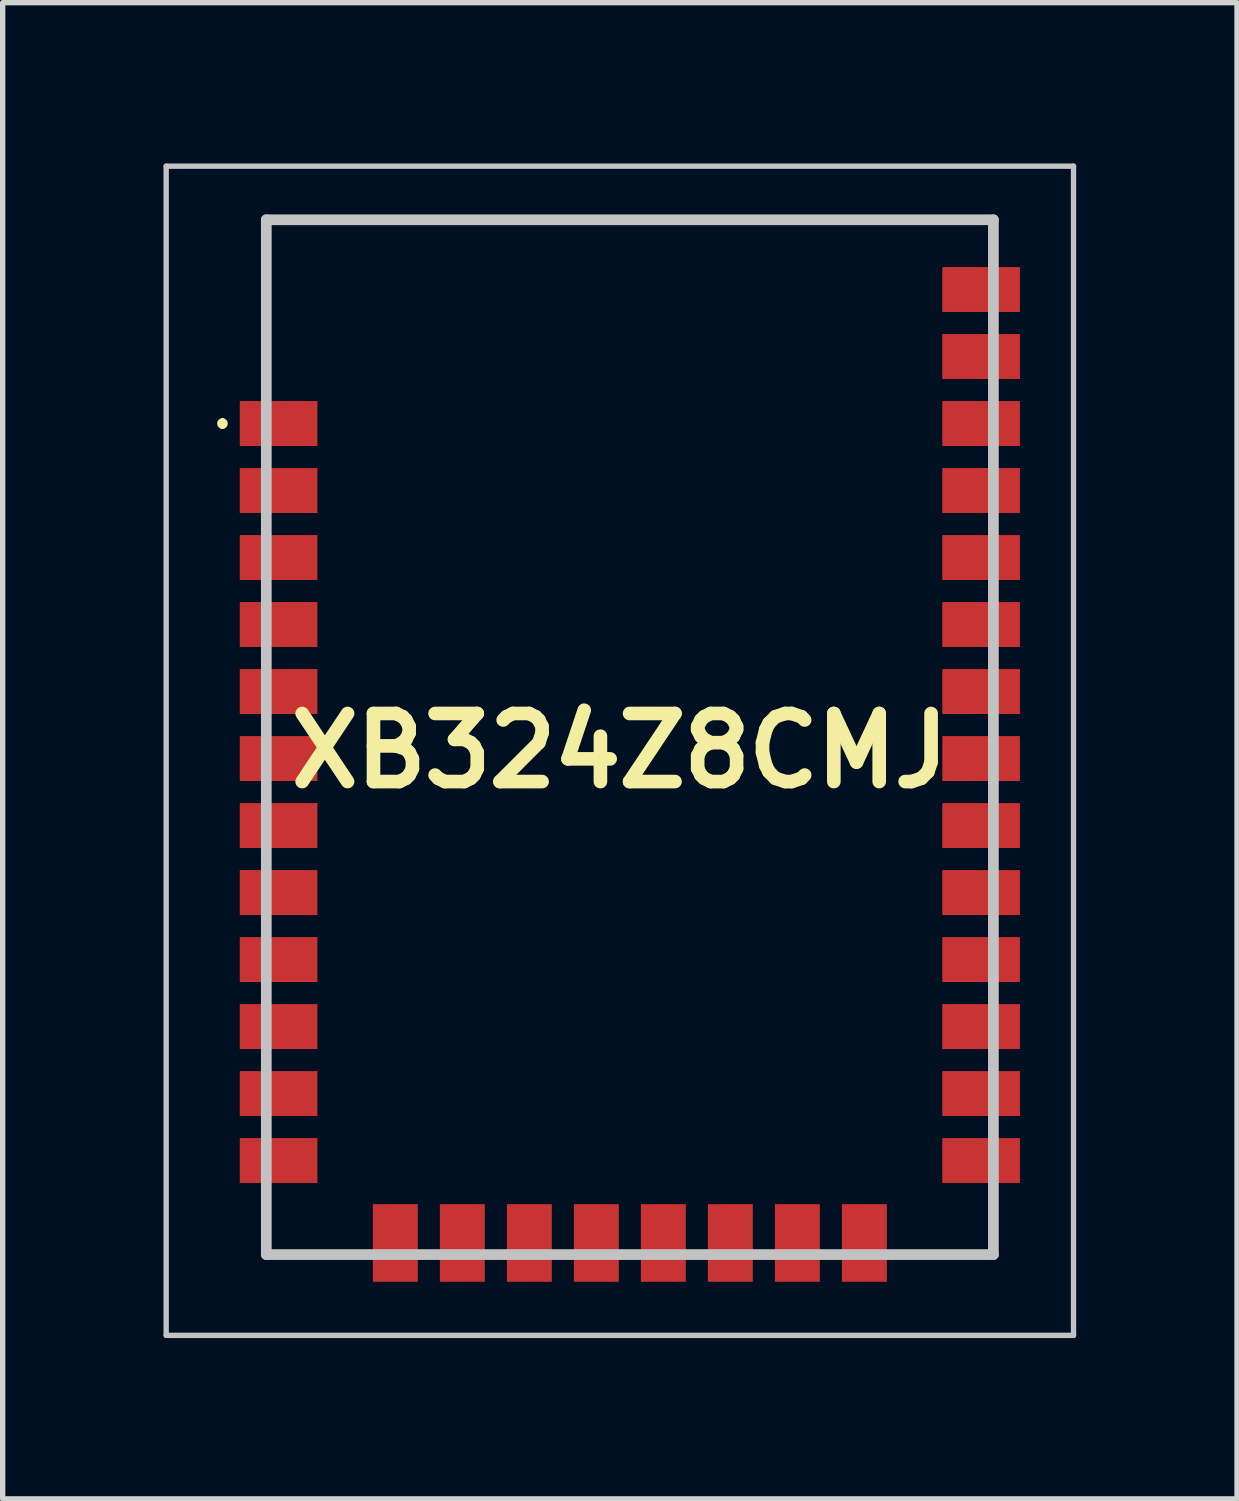
<source format=kicad_pcb>
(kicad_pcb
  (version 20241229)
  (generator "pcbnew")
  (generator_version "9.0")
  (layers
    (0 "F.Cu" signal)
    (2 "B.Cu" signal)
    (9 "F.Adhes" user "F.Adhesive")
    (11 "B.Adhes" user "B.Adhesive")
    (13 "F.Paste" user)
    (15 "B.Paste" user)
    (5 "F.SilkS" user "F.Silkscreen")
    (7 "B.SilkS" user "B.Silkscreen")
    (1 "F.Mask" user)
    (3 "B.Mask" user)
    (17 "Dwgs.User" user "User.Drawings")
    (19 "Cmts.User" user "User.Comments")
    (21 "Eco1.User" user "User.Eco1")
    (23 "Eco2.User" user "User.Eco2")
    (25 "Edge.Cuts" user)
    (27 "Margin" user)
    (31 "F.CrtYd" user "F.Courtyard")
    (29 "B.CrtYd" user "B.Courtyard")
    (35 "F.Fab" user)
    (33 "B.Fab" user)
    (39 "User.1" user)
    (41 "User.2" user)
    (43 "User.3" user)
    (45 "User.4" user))
  (footprint "XB324Z8CMJ"
    (layer "F.Cu")
    (at 8.7 18.601)
    (property "Reference" "XB324Z8CMJ" (at -0.186 -7.645 0) (layer "F.SilkS") (effects (font (size 1.27 1.27) (thickness 0.254))))
    (attr smd)
    (fp_line (start -7.6 -13.8) (end -7.6 -13.8) (stroke (width 0.1) (type solid)) (layer "F.SilkS"))
    (fp_line (start -7.6 -13.7) (end -7.6 -13.7) (stroke (width 0.1) (type solid)) (layer "F.SilkS"))
    (fp_line (start -6.782 -17.551) (end 6.782 -17.551) (stroke (width 0.1) (type solid)) (layer "F.SilkS"))
    (fp_line (start -6.782 -14.497) (end -6.782 -17.551) (stroke (width 0.1) (type solid)) (layer "F.SilkS"))
    (fp_line (start -6.782 1) (end -6.782 1.753) (stroke (width 0.1) (type solid)) (layer "F.SilkS"))
    (fp_line (start -6.782 1.753) (end -6 1.753) (stroke (width 0.1) (type solid)) (layer "F.SilkS"))
    (fp_line (start 6 1.753) (end 6.782 1.753) (stroke (width 0.1) (type solid)) (layer "F.SilkS"))
    (fp_line (start 6.782 -17.551) (end 6.782 -16.997) (stroke (width 0.1) (type solid)) (layer "F.SilkS"))
    (fp_line (start 6.782 1.753) (end 6.782 1) (stroke (width 0.1) (type solid)) (layer "F.SilkS"))
    (fp_arc (start -7.6 -13.8) (mid -7.55 -13.75) (end -7.6 -13.7) (stroke (width 0.1) (type solid)) (layer "F.SilkS"))
    (fp_arc (start -7.6 -13.7) (mid -7.65 -13.75) (end -7.6 -13.8) (stroke (width 0.1) (type solid)) (layer "F.SilkS"))
    (fp_line (start -8.65 -18.551) (end 8.277 -18.551) (stroke (width 0.1) (type solid)) (layer "Dwgs.User"))
    (fp_line (start -8.65 3.261) (end -8.65 -18.551) (stroke (width 0.1) (type solid)) (layer "Dwgs.User"))
    (fp_line (start -6.782 -17.551) (end 6.782 -17.551) (stroke (width 0.2) (type solid)) (layer "Dwgs.User"))
    (fp_line (start -6.782 1.753) (end -6.782 -17.551) (stroke (width 0.2) (type solid)) (layer "Dwgs.User"))
    (fp_line (start 6.782 -17.551) (end 6.782 1.753) (stroke (width 0.2) (type solid)) (layer "Dwgs.User"))
    (fp_line (start 6.782 1.753) (end -6.782 1.753) (stroke (width 0.2) (type solid)) (layer "Dwgs.User"))
    (fp_line (start 8.277 -18.551) (end 8.277 3.261) (stroke (width 0.1) (type solid)) (layer "Dwgs.User"))
    (fp_line (start 8.277 3.261) (end -8.65 3.261) (stroke (width 0.1) (type solid)) (layer "Dwgs.User"))
    (pad "1" smd rect (at -6.553 -13.75 90) (size 0.838 1.448) (layers "F.Cu" "F.Mask" "F.Paste"))
    (pad "2" smd rect (at -6.553 -12.5 90) (size 0.838 1.448) (layers "F.Cu" "F.Mask" "F.Paste"))
    (pad "3" smd rect (at -6.553 -11.25 90) (size 0.838 1.448) (layers "F.Cu" "F.Mask" "F.Paste"))
    (pad "4" smd rect (at -6.553 -10 90) (size 0.838 1.448) (layers "F.Cu" "F.Mask" "F.Paste"))
    (pad "5" smd rect (at -6.553 -8.75 90) (size 0.838 1.448) (layers "F.Cu" "F.Mask" "F.Paste"))
    (pad "6" smd rect (at -6.553 -7.5 90) (size 0.838 1.448) (layers "F.Cu" "F.Mask" "F.Paste"))
    (pad "7" smd rect (at -6.553 -6.25 90) (size 0.838 1.448) (layers "F.Cu" "F.Mask" "F.Paste"))
    (pad "8" smd rect (at -6.553 -5 90) (size 0.838 1.448) (layers "F.Cu" "F.Mask" "F.Paste"))
    (pad "9" smd rect (at -6.553 -3.75 90) (size 0.838 1.448) (layers "F.Cu" "F.Mask" "F.Paste"))
    (pad "10" smd rect (at -6.553 -2.5 90) (size 0.838 1.448) (layers "F.Cu" "F.Mask" "F.Paste"))
    (pad "11" smd rect (at -6.553 -1.25 90) (size 0.838 1.448) (layers "F.Cu" "F.Mask" "F.Paste"))
    (pad "12" smd rect (at -6.553 0 90) (size 0.838 1.448) (layers "F.Cu" "F.Mask" "F.Paste"))
    (pad "13" smd rect (at -4.375 1.537) (size 0.838 1.448) (layers "F.Cu" "F.Mask" "F.Paste"))
    (pad "14" smd rect (at -3.125 1.537) (size 0.838 1.448) (layers "F.Cu" "F.Mask" "F.Paste"))
    (pad "15" smd rect (at -1.875 1.537) (size 0.838 1.448) (layers "F.Cu" "F.Mask" "F.Paste"))
    (pad "16" smd rect (at -0.625 1.537) (size 0.838 1.448) (layers "F.Cu" "F.Mask" "F.Paste"))
    (pad "17" smd rect (at 0.625 1.537) (size 0.838 1.448) (layers "F.Cu" "F.Mask" "F.Paste"))
    (pad "18" smd rect (at 1.875 1.537) (size 0.838 1.448) (layers "F.Cu" "F.Mask" "F.Paste"))
    (pad "19" smd rect (at 3.125 1.537) (size 0.838 1.448) (layers "F.Cu" "F.Mask" "F.Paste"))
    (pad "20" smd rect (at 4.375 1.537) (size 0.838 1.448) (layers "F.Cu" "F.Mask" "F.Paste"))
    (pad "21" smd rect (at 6.553 0 90) (size 0.838 1.448) (layers "F.Cu" "F.Mask" "F.Paste"))
    (pad "22" smd rect (at 6.553 -1.25 90) (size 0.838 1.448) (layers "F.Cu" "F.Mask" "F.Paste"))
    (pad "23" smd rect (at 6.553 -2.5 90) (size 0.838 1.448) (layers "F.Cu" "F.Mask" "F.Paste"))
    (pad "24" smd rect (at 6.553 -3.75 90) (size 0.838 1.448) (layers "F.Cu" "F.Mask" "F.Paste"))
    (pad "25" smd rect (at 6.553 -5 90) (size 0.838 1.448) (layers "F.Cu" "F.Mask" "F.Paste"))
    (pad "26" smd rect (at 6.553 -6.25 90) (size 0.838 1.448) (layers "F.Cu" "F.Mask" "F.Paste"))
    (pad "27" smd rect (at 6.553 -7.5 90) (size 0.838 1.448) (layers "F.Cu" "F.Mask" "F.Paste"))
    (pad "28" smd rect (at 6.553 -8.75 90) (size 0.838 1.448) (layers "F.Cu" "F.Mask" "F.Paste"))
    (pad "29" smd rect (at 6.553 -10 90) (size 0.838 1.448) (layers "F.Cu" "F.Mask" "F.Paste"))
    (pad "30" smd rect (at 6.553 -11.25 90) (size 0.838 1.448) (layers "F.Cu" "F.Mask" "F.Paste"))
    (pad "31" smd rect (at 6.553 -12.5 90) (size 0.838 1.448) (layers "F.Cu" "F.Mask" "F.Paste"))
    (pad "32" smd rect (at 6.553 -13.75 90) (size 0.838 1.448) (layers "F.Cu" "F.Mask" "F.Paste"))
    (pad "33" smd rect (at 6.553 -15 90) (size 0.838 1.448) (layers "F.Cu" "F.Mask" "F.Paste"))
    (pad "34" smd rect (at 6.553 -16.25 90) (size 0.838 1.448) (layers "F.Cu" "F.Mask" "F.Paste")))
  (gr_rect
    (start -3 -3)
    (end 20.027 24.912)
    (stroke (width 0.1) (type default))
    (fill no)
    (layer "Edge.Cuts")))
</source>
